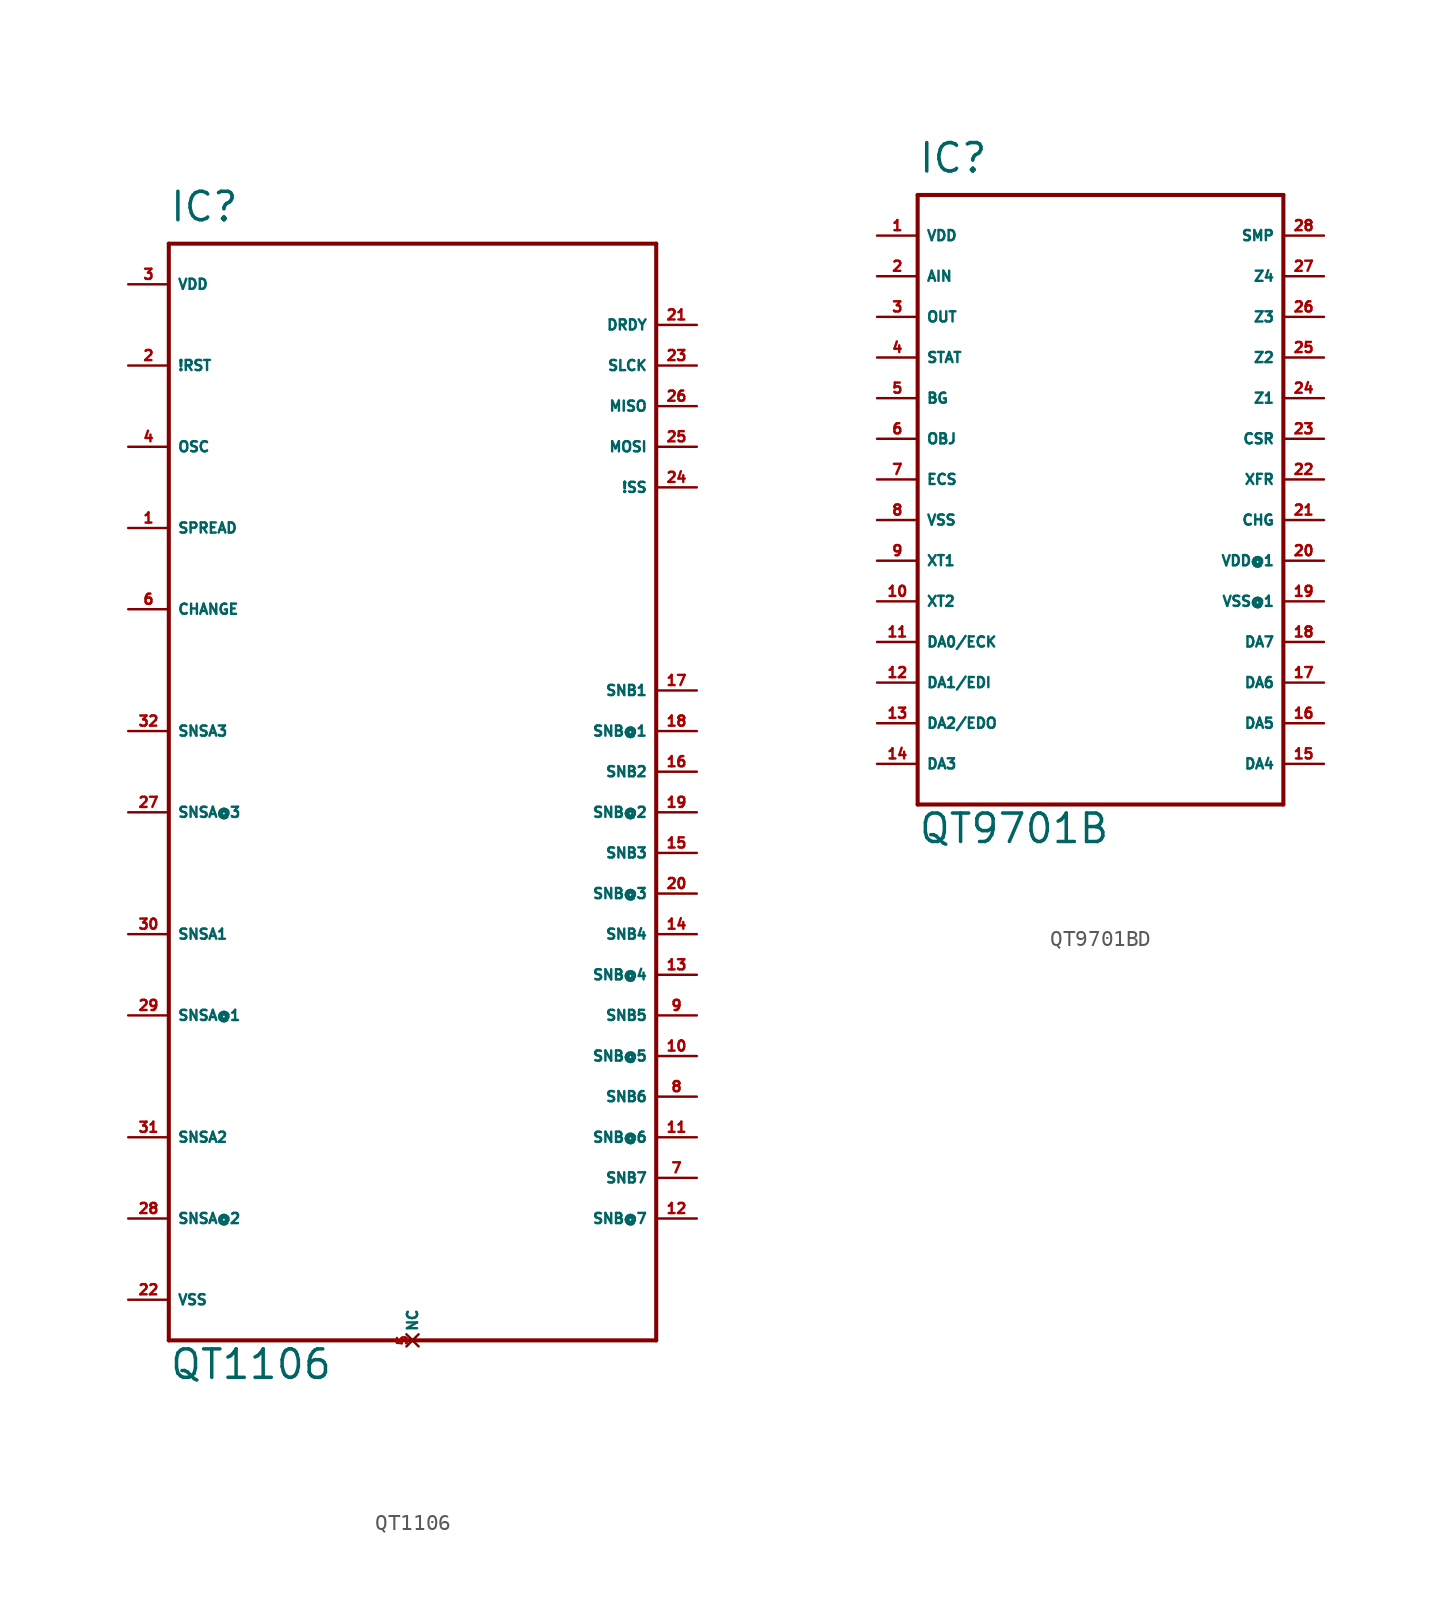
<source format=kicad_sym>
(kicad_symbol_lib
  (version 20220914)
  (generator Eagle2Kicad)
  (symbol "QT1106"
    (property "Reference" "IC"
      (at -15.24 31.75 0)
      (effects (font (size 1.778 1.778) (thickness 0.22)) (justify left bottom)))
    (property "Value" "QT1106"
      (at -15.24 -40.64 0)
      (effects (font (size 1.778 1.778) (thickness 0.22)) (justify left bottom)))
    (polyline
      (pts (xy -15.24 30.48) (xy 15.24 30.48))
      (stroke (width 0.254) (type default))
      (fill (type none)))
    (polyline
      (pts (xy 15.24 30.48) (xy 15.24 -38.1))
      (stroke (width 0.254) (type default))
      (fill (type none)))
    (polyline
      (pts (xy 15.24 -38.1) (xy -15.24 -38.1))
      (stroke (width 0.254) (type default))
      (fill (type none)))
    (polyline
      (pts (xy -15.24 -38.1) (xy -15.24 30.48))
      (stroke (width 0.254) (type default))
      (fill (type none)))
    (pin open_collector line
      (at -17.78 12.7 0)
      (length 2.54)
      (name "SPREAD" (effects (font (size 0.635 0.635) (thickness 0.08)) (justify left bottom)))
      (number "1" (effects (font (size 0.635 0.635) (thickness 0.08)) (justify left bottom))))
    (pin input line
      (at -17.78 22.86 0)
      (length 2.54)
      (name "!RST" (effects (font (size 0.635 0.635) (thickness 0.08)) (justify left bottom)))
      (number "2" (effects (font (size 0.635 0.635) (thickness 0.08)) (justify left bottom))))
    (pin unspecified line
      (at -17.78 27.94 0)
      (length 2.54)
      (name "VDD" (effects (font (size 0.635 0.635) (thickness 0.08)) (justify left bottom)))
      (number "3" (effects (font (size 0.635 0.635) (thickness 0.08)) (justify left bottom))))
    (pin input line
      (at -17.78 17.78 0)
      (length 2.54)
      (name "OSC" (effects (font (size 0.635 0.635) (thickness 0.08)) (justify left bottom)))
      (number "4" (effects (font (size 0.635 0.635) (thickness 0.08)) (justify left bottom))))
    (pin no_connect line
      (at 0 -38.1 90)
      (length 0)
      (name "NC" (effects (font (size 0.635 0.635) (thickness 0.08)) (justify left bottom) hide))
      (number "5" (effects (font (size 0.635 0.635) (thickness 0.08)) (justify left bottom) hide)))
    (pin passive line
      (at -17.78 7.62 0)
      (length 2.54)
      (name "CHANGE" (effects (font (size 0.635 0.635) (thickness 0.08)) (justify left bottom)))
      (number "6" (effects (font (size 0.635 0.635) (thickness 0.08)) (justify left bottom))))
    (pin passive line
      (at 17.78 2.54 180)
      (length 2.54)
      (name "SNB1" (effects (font (size 0.635 0.635) (thickness 0.08)) (justify left bottom)))
      (number "17" (effects (font (size 0.635 0.635) (thickness 0.08)) (justify left bottom))))
    (pin passive line
      (at 17.78 -2.54 180)
      (length 2.54)
      (name "SNB2" (effects (font (size 0.635 0.635) (thickness 0.08)) (justify left bottom)))
      (number "16" (effects (font (size 0.635 0.635) (thickness 0.08)) (justify left bottom))))
    (pin passive line
      (at 17.78 -7.62 180)
      (length 2.54)
      (name "SNB3" (effects (font (size 0.635 0.635) (thickness 0.08)) (justify left bottom)))
      (number "15" (effects (font (size 0.635 0.635) (thickness 0.08)) (justify left bottom))))
    (pin passive line
      (at 17.78 -12.7 180)
      (length 2.54)
      (name "SNB4" (effects (font (size 0.635 0.635) (thickness 0.08)) (justify left bottom)))
      (number "14" (effects (font (size 0.635 0.635) (thickness 0.08)) (justify left bottom))))
    (pin passive line
      (at 17.78 -17.78 180)
      (length 2.54)
      (name "SNB5" (effects (font (size 0.635 0.635) (thickness 0.08)) (justify left bottom)))
      (number "9" (effects (font (size 0.635 0.635) (thickness 0.08)) (justify left bottom))))
    (pin passive line
      (at 17.78 -22.86 180)
      (length 2.54)
      (name "SNB6" (effects (font (size 0.635 0.635) (thickness 0.08)) (justify left bottom)))
      (number "8" (effects (font (size 0.635 0.635) (thickness 0.08)) (justify left bottom))))
    (pin passive line
      (at 17.78 -27.94 180)
      (length 2.54)
      (name "SNB7" (effects (font (size 0.635 0.635) (thickness 0.08)) (justify left bottom)))
      (number "7" (effects (font (size 0.635 0.635) (thickness 0.08)) (justify left bottom))))
    (pin passive line
      (at 17.78 0 180)
      (length 2.54)
      (name "SNB@1" (effects (font (size 0.635 0.635) (thickness 0.08)) (justify left bottom)))
      (number "18" (effects (font (size 0.635 0.635) (thickness 0.08)) (justify left bottom))))
    (pin passive line
      (at 17.78 -5.08 180)
      (length 2.54)
      (name "SNB@2" (effects (font (size 0.635 0.635) (thickness 0.08)) (justify left bottom)))
      (number "19" (effects (font (size 0.635 0.635) (thickness 0.08)) (justify left bottom))))
    (pin passive line
      (at 17.78 -10.16 180)
      (length 2.54)
      (name "SNB@3" (effects (font (size 0.635 0.635) (thickness 0.08)) (justify left bottom)))
      (number "20" (effects (font (size 0.635 0.635) (thickness 0.08)) (justify left bottom))))
    (pin passive line
      (at 17.78 -15.24 180)
      (length 2.54)
      (name "SNB@4" (effects (font (size 0.635 0.635) (thickness 0.08)) (justify left bottom)))
      (number "13" (effects (font (size 0.635 0.635) (thickness 0.08)) (justify left bottom))))
    (pin passive line
      (at 17.78 -20.32 180)
      (length 2.54)
      (name "SNB@5" (effects (font (size 0.635 0.635) (thickness 0.08)) (justify left bottom)))
      (number "10" (effects (font (size 0.635 0.635) (thickness 0.08)) (justify left bottom))))
    (pin passive line
      (at 17.78 -25.4 180)
      (length 2.54)
      (name "SNB@6" (effects (font (size 0.635 0.635) (thickness 0.08)) (justify left bottom)))
      (number "11" (effects (font (size 0.635 0.635) (thickness 0.08)) (justify left bottom))))
    (pin passive line
      (at 17.78 -30.48 180)
      (length 2.54)
      (name "SNB@7" (effects (font (size 0.635 0.635) (thickness 0.08)) (justify left bottom)))
      (number "12" (effects (font (size 0.635 0.635) (thickness 0.08)) (justify left bottom))))
    (pin bidirectional line
      (at -17.78 -12.7 0)
      (length 2.54)
      (name "SNSA1" (effects (font (size 0.635 0.635) (thickness 0.08)) (justify left bottom)))
      (number "30" (effects (font (size 0.635 0.635) (thickness 0.08)) (justify left bottom))))
    (pin bidirectional line
      (at -17.78 -25.4 0)
      (length 2.54)
      (name "SNSA2" (effects (font (size 0.635 0.635) (thickness 0.08)) (justify left bottom)))
      (number "31" (effects (font (size 0.635 0.635) (thickness 0.08)) (justify left bottom))))
    (pin bidirectional line
      (at -17.78 0 0)
      (length 2.54)
      (name "SNSA3" (effects (font (size 0.635 0.635) (thickness 0.08)) (justify left bottom)))
      (number "32" (effects (font (size 0.635 0.635) (thickness 0.08)) (justify left bottom))))
    (pin bidirectional line
      (at -17.78 -17.78 0)
      (length 2.54)
      (name "SNSA@1" (effects (font (size 0.635 0.635) (thickness 0.08)) (justify left bottom)))
      (number "29" (effects (font (size 0.635 0.635) (thickness 0.08)) (justify left bottom))))
    (pin bidirectional line
      (at -17.78 -30.48 0)
      (length 2.54)
      (name "SNSA@2" (effects (font (size 0.635 0.635) (thickness 0.08)) (justify left bottom)))
      (number "28" (effects (font (size 0.635 0.635) (thickness 0.08)) (justify left bottom))))
    (pin bidirectional line
      (at -17.78 -5.08 0)
      (length 2.54)
      (name "SNSA@3" (effects (font (size 0.635 0.635) (thickness 0.08)) (justify left bottom)))
      (number "27" (effects (font (size 0.635 0.635) (thickness 0.08)) (justify left bottom))))
    (pin unspecified line
      (at -17.78 -35.56 0)
      (length 2.54)
      (name "VSS" (effects (font (size 0.635 0.635) (thickness 0.08)) (justify left bottom)))
      (number "22" (effects (font (size 0.635 0.635) (thickness 0.08)) (justify left bottom))))
    (pin input line
      (at 17.78 15.24 180)
      (length 2.54)
      (name "!SS" (effects (font (size 0.635 0.635) (thickness 0.08)) (justify left bottom)))
      (number "24" (effects (font (size 0.635 0.635) (thickness 0.08)) (justify left bottom))))
    (pin input line
      (at 17.78 17.78 180)
      (length 2.54)
      (name "MOSI" (effects (font (size 0.635 0.635) (thickness 0.08)) (justify left bottom)))
      (number "25" (effects (font (size 0.635 0.635) (thickness 0.08)) (justify left bottom))))
    (pin open_collector line
      (at 17.78 20.32 180)
      (length 2.54)
      (name "MISO" (effects (font (size 0.635 0.635) (thickness 0.08)) (justify left bottom)))
      (number "26" (effects (font (size 0.635 0.635) (thickness 0.08)) (justify left bottom))))
    (pin input line
      (at 17.78 22.86 180)
      (length 2.54)
      (name "SLCK" (effects (font (size 0.635 0.635) (thickness 0.08)) (justify left bottom)))
      (number "23" (effects (font (size 0.635 0.635) (thickness 0.08)) (justify left bottom))))
    (pin open_collector line
      (at 17.78 25.4 180)
      (length 2.54)
      (name "DRDY" (effects (font (size 0.635 0.635) (thickness 0.08)) (justify left bottom)))
      (number "21" (effects (font (size 0.635 0.635) (thickness 0.08)) (justify left bottom)))))
  (symbol "QT9701BD"
    (property "Reference" "IC"
      (at -10.16 19.05 0)
      (effects (font (size 1.778 1.778) (thickness 0.22)) (justify left bottom)))
    (property "Value" "QT9701B"
      (at -10.16 -22.86 0)
      (effects (font (size 1.778 1.778) (thickness 0.22)) (justify left bottom)))
    (polyline
      (pts (xy -10.16 17.78) (xy 12.7 17.78))
      (stroke (width 0.254) (type default))
      (fill (type none)))
    (polyline
      (pts (xy 12.7 17.78) (xy 12.7 -20.32))
      (stroke (width 0.254) (type default))
      (fill (type none)))
    (polyline
      (pts (xy 12.7 -20.32) (xy -10.16 -20.32))
      (stroke (width 0.254) (type default))
      (fill (type none)))
    (polyline
      (pts (xy -10.16 -20.32) (xy -10.16 17.78))
      (stroke (width 0.254) (type default))
      (fill (type none)))
    (pin input line
      (at -12.7 15.24 0)
      (length 2.54)
      (name "VDD" (effects (font (size 0.635 0.635) (thickness 0.08)) (justify left bottom)))
      (number "1" (effects (font (size 0.635 0.635) (thickness 0.08)) (justify left bottom))))
    (pin input line
      (at -12.7 12.7 0)
      (length 2.54)
      (name "AIN" (effects (font (size 0.635 0.635) (thickness 0.08)) (justify left bottom)))
      (number "2" (effects (font (size 0.635 0.635) (thickness 0.08)) (justify left bottom))))
    (pin output line
      (at -12.7 10.16 0)
      (length 2.54)
      (name "OUT" (effects (font (size 0.635 0.635) (thickness 0.08)) (justify left bottom)))
      (number "3" (effects (font (size 0.635 0.635) (thickness 0.08)) (justify left bottom))))
    (pin output line
      (at -12.7 7.62 0)
      (length 2.54)
      (name "STAT" (effects (font (size 0.635 0.635) (thickness 0.08)) (justify left bottom)))
      (number "4" (effects (font (size 0.635 0.635) (thickness 0.08)) (justify left bottom))))
    (pin input line
      (at -12.7 5.08 0)
      (length 2.54)
      (name "BG" (effects (font (size 0.635 0.635) (thickness 0.08)) (justify left bottom)))
      (number "5" (effects (font (size 0.635 0.635) (thickness 0.08)) (justify left bottom))))
    (pin input line
      (at -12.7 2.54 0)
      (length 2.54)
      (name "OBJ" (effects (font (size 0.635 0.635) (thickness 0.08)) (justify left bottom)))
      (number "6" (effects (font (size 0.635 0.635) (thickness 0.08)) (justify left bottom))))
    (pin output line
      (at -12.7 0 0)
      (length 2.54)
      (name "ECS" (effects (font (size 0.635 0.635) (thickness 0.08)) (justify left bottom)))
      (number "7" (effects (font (size 0.635 0.635) (thickness 0.08)) (justify left bottom))))
    (pin input line
      (at -12.7 -2.54 0)
      (length 2.54)
      (name "VSS" (effects (font (size 0.635 0.635) (thickness 0.08)) (justify left bottom)))
      (number "8" (effects (font (size 0.635 0.635) (thickness 0.08)) (justify left bottom))))
    (pin input line
      (at -12.7 -5.08 0)
      (length 2.54)
      (name "XT1" (effects (font (size 0.635 0.635) (thickness 0.08)) (justify left bottom)))
      (number "9" (effects (font (size 0.635 0.635) (thickness 0.08)) (justify left bottom))))
    (pin output line
      (at -12.7 -7.62 0)
      (length 2.54)
      (name "XT2" (effects (font (size 0.635 0.635) (thickness 0.08)) (justify left bottom)))
      (number "10" (effects (font (size 0.635 0.635) (thickness 0.08)) (justify left bottom))))
    (pin output line
      (at -12.7 -12.7 0)
      (length 2.54)
      (name "DA1/EDI" (effects (font (size 0.635 0.635) (thickness 0.08)) (justify left bottom)))
      (number "12" (effects (font (size 0.635 0.635) (thickness 0.08)) (justify left bottom))))
    (pin output line
      (at -12.7 -15.24 0)
      (length 2.54)
      (name "DA2/EDO" (effects (font (size 0.635 0.635) (thickness 0.08)) (justify left bottom)))
      (number "13" (effects (font (size 0.635 0.635) (thickness 0.08)) (justify left bottom))))
    (pin output line
      (at -12.7 -17.78 0)
      (length 2.54)
      (name "DA3" (effects (font (size 0.635 0.635) (thickness 0.08)) (justify left bottom)))
      (number "14" (effects (font (size 0.635 0.635) (thickness 0.08)) (justify left bottom))))
    (pin output line
      (at -12.7 -10.16 0)
      (length 2.54)
      (name "DA0/ECK" (effects (font (size 0.635 0.635) (thickness 0.08)) (justify left bottom)))
      (number "11" (effects (font (size 0.635 0.635) (thickness 0.08)) (justify left bottom))))
    (pin output line
      (at 15.24 -17.78 180)
      (length 2.54)
      (name "DA4" (effects (font (size 0.635 0.635) (thickness 0.08)) (justify left bottom)))
      (number "15" (effects (font (size 0.635 0.635) (thickness 0.08)) (justify left bottom))))
    (pin output line
      (at 15.24 -15.24 180)
      (length 2.54)
      (name "DA5" (effects (font (size 0.635 0.635) (thickness 0.08)) (justify left bottom)))
      (number "16" (effects (font (size 0.635 0.635) (thickness 0.08)) (justify left bottom))))
    (pin output line
      (at 15.24 -12.7 180)
      (length 2.54)
      (name "DA6" (effects (font (size 0.635 0.635) (thickness 0.08)) (justify left bottom)))
      (number "17" (effects (font (size 0.635 0.635) (thickness 0.08)) (justify left bottom))))
    (pin output line
      (at 15.24 -10.16 180)
      (length 2.54)
      (name "DA7" (effects (font (size 0.635 0.635) (thickness 0.08)) (justify left bottom)))
      (number "18" (effects (font (size 0.635 0.635) (thickness 0.08)) (justify left bottom))))
    (pin input line
      (at 15.24 -7.62 180)
      (length 2.54)
      (name "VSS@1" (effects (font (size 0.635 0.635) (thickness 0.08)) (justify left bottom)))
      (number "19" (effects (font (size 0.635 0.635) (thickness 0.08)) (justify left bottom))))
    (pin input line
      (at 15.24 -5.08 180)
      (length 2.54)
      (name "VDD@1" (effects (font (size 0.635 0.635) (thickness 0.08)) (justify left bottom)))
      (number "20" (effects (font (size 0.635 0.635) (thickness 0.08)) (justify left bottom))))
    (pin output line
      (at 15.24 -2.54 180)
      (length 2.54)
      (name "CHG" (effects (font (size 0.635 0.635) (thickness 0.08)) (justify left bottom)))
      (number "21" (effects (font (size 0.635 0.635) (thickness 0.08)) (justify left bottom))))
    (pin output line
      (at 15.24 0 180)
      (length 2.54)
      (name "XFR" (effects (font (size 0.635 0.635) (thickness 0.08)) (justify left bottom)))
      (number "22" (effects (font (size 0.635 0.635) (thickness 0.08)) (justify left bottom))))
    (pin output line
      (at 15.24 2.54 180)
      (length 2.54)
      (name "CSR" (effects (font (size 0.635 0.635) (thickness 0.08)) (justify left bottom)))
      (number "23" (effects (font (size 0.635 0.635) (thickness 0.08)) (justify left bottom))))
    (pin output line
      (at 15.24 5.08 180)
      (length 2.54)
      (name "Z1" (effects (font (size 0.635 0.635) (thickness 0.08)) (justify left bottom)))
      (number "24" (effects (font (size 0.635 0.635) (thickness 0.08)) (justify left bottom))))
    (pin output line
      (at 15.24 7.62 180)
      (length 2.54)
      (name "Z2" (effects (font (size 0.635 0.635) (thickness 0.08)) (justify left bottom)))
      (number "25" (effects (font (size 0.635 0.635) (thickness 0.08)) (justify left bottom))))
    (pin output line
      (at 15.24 10.16 180)
      (length 2.54)
      (name "Z3" (effects (font (size 0.635 0.635) (thickness 0.08)) (justify left bottom)))
      (number "26" (effects (font (size 0.635 0.635) (thickness 0.08)) (justify left bottom))))
    (pin output line
      (at 15.24 12.7 180)
      (length 2.54)
      (name "Z4" (effects (font (size 0.635 0.635) (thickness 0.08)) (justify left bottom)))
      (number "27" (effects (font (size 0.635 0.635) (thickness 0.08)) (justify left bottom))))
    (pin output line
      (at 15.24 15.24 180)
      (length 2.54)
      (name "SMP" (effects (font (size 0.635 0.635) (thickness 0.08)) (justify left bottom)))
      (number "28" (effects (font (size 0.635 0.635) (thickness 0.08)) (justify left bottom))))))
</source>
